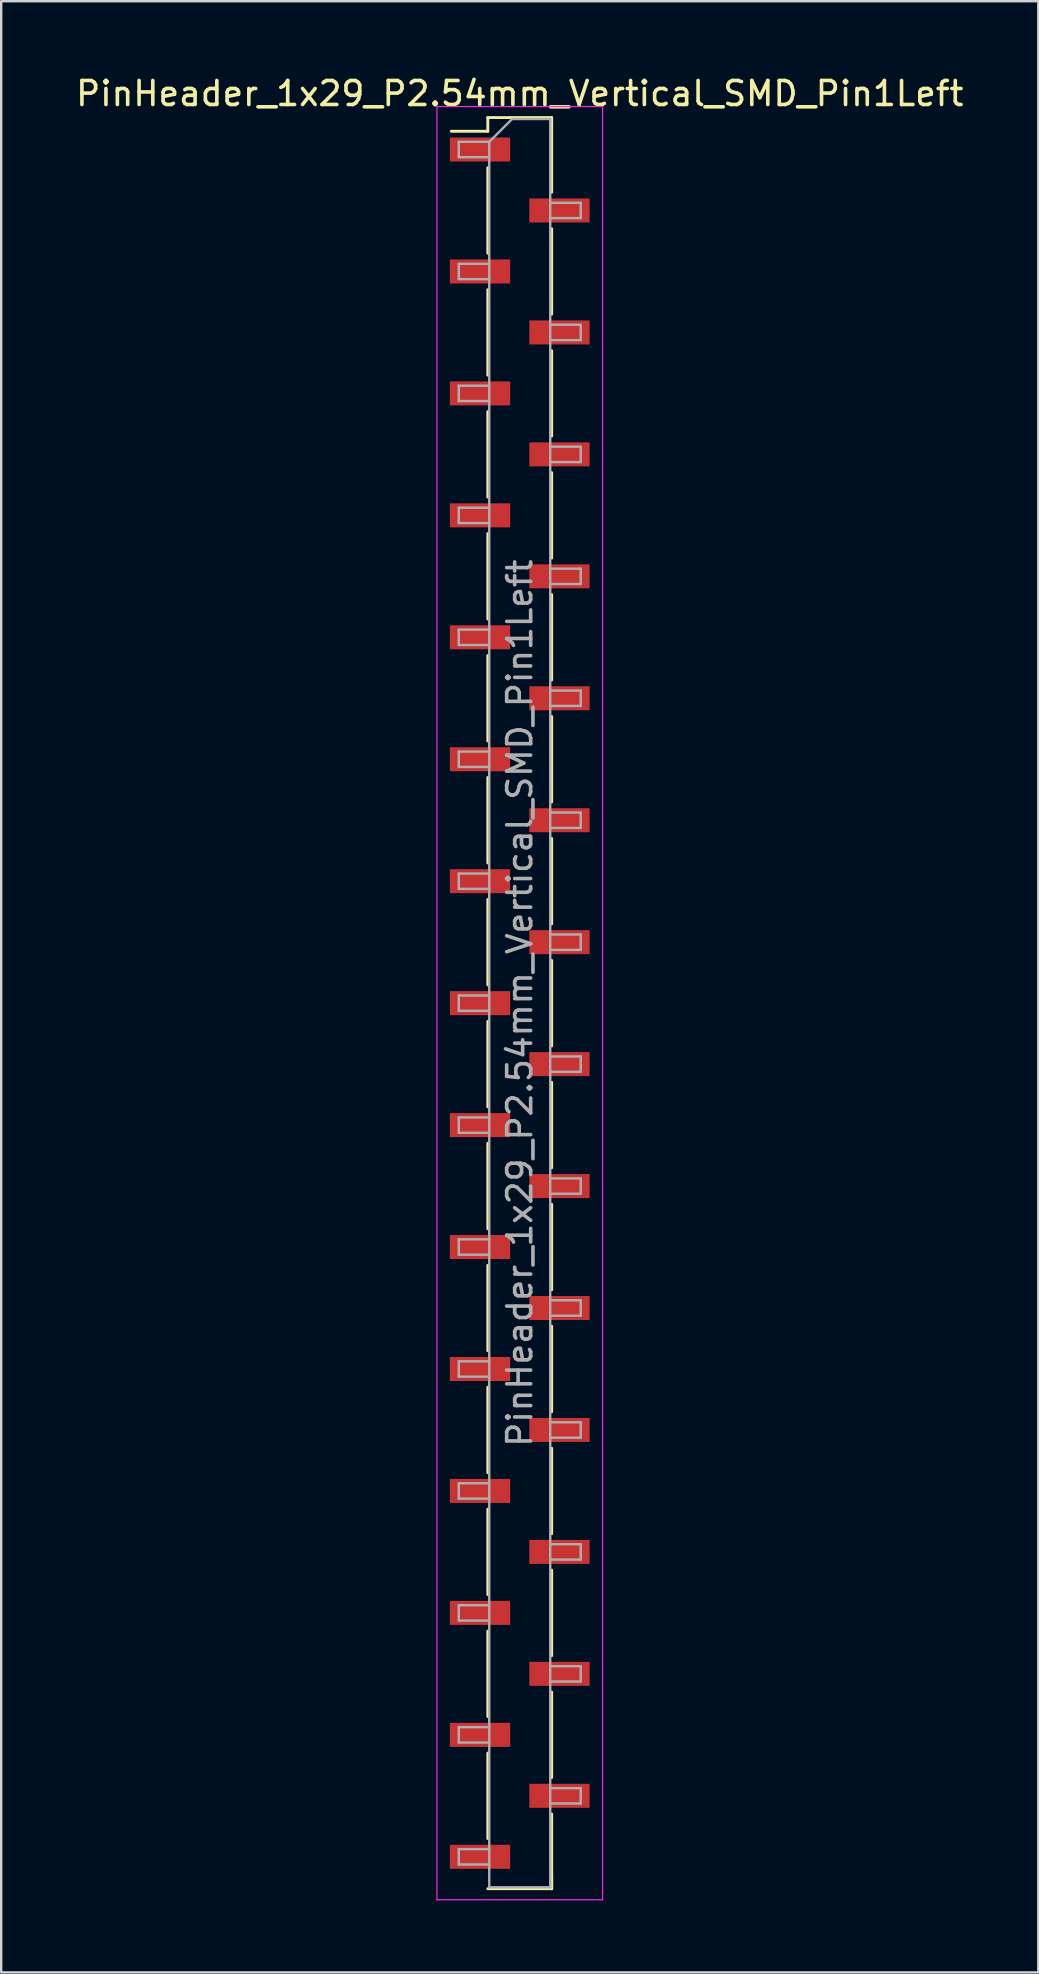
<source format=kicad_pcb>
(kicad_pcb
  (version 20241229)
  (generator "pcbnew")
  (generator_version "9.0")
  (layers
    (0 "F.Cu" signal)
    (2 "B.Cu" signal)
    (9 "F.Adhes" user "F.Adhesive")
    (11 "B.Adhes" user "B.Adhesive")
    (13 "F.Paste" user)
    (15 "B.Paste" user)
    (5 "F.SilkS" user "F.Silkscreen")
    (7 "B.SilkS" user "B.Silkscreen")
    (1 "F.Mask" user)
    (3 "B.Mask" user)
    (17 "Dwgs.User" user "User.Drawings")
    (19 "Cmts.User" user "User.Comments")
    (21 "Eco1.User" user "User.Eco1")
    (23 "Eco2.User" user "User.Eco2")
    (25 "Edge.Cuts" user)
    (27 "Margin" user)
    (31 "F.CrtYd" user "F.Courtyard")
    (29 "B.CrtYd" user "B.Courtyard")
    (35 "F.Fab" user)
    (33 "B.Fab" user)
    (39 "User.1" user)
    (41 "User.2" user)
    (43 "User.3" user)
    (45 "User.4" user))
  (footprint "PinHeader_1x29_P2.54mm_Vertical_SMD_Pin1Left"
    (layer "F.Cu")
    (at 18.601 38.738)
    (property "Reference" "PinHeader_1x29_P2.54mm_Vertical_SMD_Pin1Left" (at 0 -37.89 0) (layer "F.SilkS") (effects (font (size 1 1) (thickness 0.15))))
    (attr smd)
    (fp_line (start -1.33 -36.89) (end -1.33 -36.32) (stroke (width 0.12) (type solid)) (layer "F.SilkS"))
    (fp_line (start -1.33 -36.89) (end 1.33 -36.89) (stroke (width 0.12) (type solid)) (layer "F.SilkS"))
    (fp_line (start -1.33 -36.32) (end -2.85 -36.32) (stroke (width 0.12) (type solid)) (layer "F.SilkS"))
    (fp_line (start -1.33 -34.8) (end -1.33 -31.24) (stroke (width 0.12) (type solid)) (layer "F.SilkS"))
    (fp_line (start -1.33 -29.72) (end -1.33 -26.16) (stroke (width 0.12) (type solid)) (layer "F.SilkS"))
    (fp_line (start -1.33 -24.64) (end -1.33 -21.08) (stroke (width 0.12) (type solid)) (layer "F.SilkS"))
    (fp_line (start -1.33 -19.56) (end -1.33 -16) (stroke (width 0.12) (type solid)) (layer "F.SilkS"))
    (fp_line (start -1.33 -14.48) (end -1.33 -10.92) (stroke (width 0.12) (type solid)) (layer "F.SilkS"))
    (fp_line (start -1.33 -9.4) (end -1.33 -5.84) (stroke (width 0.12) (type solid)) (layer "F.SilkS"))
    (fp_line (start -1.33 -4.32) (end -1.33 -0.76) (stroke (width 0.12) (type solid)) (layer "F.SilkS"))
    (fp_line (start -1.33 0.76) (end -1.33 4.32) (stroke (width 0.12) (type solid)) (layer "F.SilkS"))
    (fp_line (start -1.33 5.84) (end -1.33 9.4) (stroke (width 0.12) (type solid)) (layer "F.SilkS"))
    (fp_line (start -1.33 10.92) (end -1.33 14.48) (stroke (width 0.12) (type solid)) (layer "F.SilkS"))
    (fp_line (start -1.33 16) (end -1.33 19.56) (stroke (width 0.12) (type solid)) (layer "F.SilkS"))
    (fp_line (start -1.33 21.08) (end -1.33 24.64) (stroke (width 0.12) (type solid)) (layer "F.SilkS"))
    (fp_line (start -1.33 26.16) (end -1.33 29.72) (stroke (width 0.12) (type solid)) (layer "F.SilkS"))
    (fp_line (start -1.33 31.24) (end -1.33 34.8) (stroke (width 0.12) (type solid)) (layer "F.SilkS"))
    (fp_line (start -1.33 36.89) (end 1.33 36.89) (stroke (width 0.12) (type solid)) (layer "F.SilkS"))
    (fp_line (start 1.33 -36.89) (end 1.33 -33.78) (stroke (width 0.12) (type solid)) (layer "F.SilkS"))
    (fp_line (start 1.33 -32.26) (end 1.33 -28.7) (stroke (width 0.12) (type solid)) (layer "F.SilkS"))
    (fp_line (start 1.33 -27.18) (end 1.33 -23.62) (stroke (width 0.12) (type solid)) (layer "F.SilkS"))
    (fp_line (start 1.33 -22.1) (end 1.33 -18.54) (stroke (width 0.12) (type solid)) (layer "F.SilkS"))
    (fp_line (start 1.33 -17.02) (end 1.33 -13.46) (stroke (width 0.12) (type solid)) (layer "F.SilkS"))
    (fp_line (start 1.33 -11.94) (end 1.33 -8.38) (stroke (width 0.12) (type solid)) (layer "F.SilkS"))
    (fp_line (start 1.33 -6.86) (end 1.33 -3.3) (stroke (width 0.12) (type solid)) (layer "F.SilkS"))
    (fp_line (start 1.33 -1.78) (end 1.33 1.78) (stroke (width 0.12) (type solid)) (layer "F.SilkS"))
    (fp_line (start 1.33 3.3) (end 1.33 6.86) (stroke (width 0.12) (type solid)) (layer "F.SilkS"))
    (fp_line (start 1.33 8.38) (end 1.33 11.94) (stroke (width 0.12) (type solid)) (layer "F.SilkS"))
    (fp_line (start 1.33 13.46) (end 1.33 17.02) (stroke (width 0.12) (type solid)) (layer "F.SilkS"))
    (fp_line (start 1.33 18.54) (end 1.33 22.1) (stroke (width 0.12) (type solid)) (layer "F.SilkS"))
    (fp_line (start 1.33 23.62) (end 1.33 27.18) (stroke (width 0.12) (type solid)) (layer "F.SilkS"))
    (fp_line (start 1.33 28.7) (end 1.33 32.26) (stroke (width 0.12) (type solid)) (layer "F.SilkS"))
    (fp_line (start 1.33 33.78) (end 1.33 36.89) (stroke (width 0.12) (type solid)) (layer "F.SilkS"))
    (fp_line (start 1.33 36.32) (end 1.33 36.89) (stroke (width 0.12) (type solid)) (layer "F.SilkS"))
    (fp_line (start -3.45 -37.35) (end -3.45 37.35) (stroke (width 0.05) (type solid)) (layer "F.CrtYd"))
    (fp_line (start -3.45 37.35) (end 3.45 37.35) (stroke (width 0.05) (type solid)) (layer "F.CrtYd"))
    (fp_line (start 3.45 -37.35) (end -3.45 -37.35) (stroke (width 0.05) (type solid)) (layer "F.CrtYd"))
    (fp_line (start 3.45 37.35) (end 3.45 -37.35) (stroke (width 0.05) (type solid)) (layer "F.CrtYd"))
    (fp_line (start -2.54 -35.88) (end -2.54 -35.24) (stroke (width 0.1) (type solid)) (layer "F.Fab"))
    (fp_line (start -2.54 -35.24) (end -1.27 -35.24) (stroke (width 0.1) (type solid)) (layer "F.Fab"))
    (fp_line (start -2.54 -30.8) (end -2.54 -30.16) (stroke (width 0.1) (type solid)) (layer "F.Fab"))
    (fp_line (start -2.54 -30.16) (end -1.27 -30.16) (stroke (width 0.1) (type solid)) (layer "F.Fab"))
    (fp_line (start -2.54 -25.72) (end -2.54 -25.08) (stroke (width 0.1) (type solid)) (layer "F.Fab"))
    (fp_line (start -2.54 -25.08) (end -1.27 -25.08) (stroke (width 0.1) (type solid)) (layer "F.Fab"))
    (fp_line (start -2.54 -20.64) (end -2.54 -20) (stroke (width 0.1) (type solid)) (layer "F.Fab"))
    (fp_line (start -2.54 -20) (end -1.27 -20) (stroke (width 0.1) (type solid)) (layer "F.Fab"))
    (fp_line (start -2.54 -15.56) (end -2.54 -14.92) (stroke (width 0.1) (type solid)) (layer "F.Fab"))
    (fp_line (start -2.54 -14.92) (end -1.27 -14.92) (stroke (width 0.1) (type solid)) (layer "F.Fab"))
    (fp_line (start -2.54 -10.48) (end -2.54 -9.84) (stroke (width 0.1) (type solid)) (layer "F.Fab"))
    (fp_line (start -2.54 -9.84) (end -1.27 -9.84) (stroke (width 0.1) (type solid)) (layer "F.Fab"))
    (fp_line (start -2.54 -5.4) (end -2.54 -4.76) (stroke (width 0.1) (type solid)) (layer "F.Fab"))
    (fp_line (start -2.54 -4.76) (end -1.27 -4.76) (stroke (width 0.1) (type solid)) (layer "F.Fab"))
    (fp_line (start -2.54 -0.32) (end -2.54 0.32) (stroke (width 0.1) (type solid)) (layer "F.Fab"))
    (fp_line (start -2.54 0.32) (end -1.27 0.32) (stroke (width 0.1) (type solid)) (layer "F.Fab"))
    (fp_line (start -2.54 4.76) (end -2.54 5.4) (stroke (width 0.1) (type solid)) (layer "F.Fab"))
    (fp_line (start -2.54 5.4) (end -1.27 5.4) (stroke (width 0.1) (type solid)) (layer "F.Fab"))
    (fp_line (start -2.54 9.84) (end -2.54 10.48) (stroke (width 0.1) (type solid)) (layer "F.Fab"))
    (fp_line (start -2.54 10.48) (end -1.27 10.48) (stroke (width 0.1) (type solid)) (layer "F.Fab"))
    (fp_line (start -2.54 14.92) (end -2.54 15.56) (stroke (width 0.1) (type solid)) (layer "F.Fab"))
    (fp_line (start -2.54 15.56) (end -1.27 15.56) (stroke (width 0.1) (type solid)) (layer "F.Fab"))
    (fp_line (start -2.54 20) (end -2.54 20.64) (stroke (width 0.1) (type solid)) (layer "F.Fab"))
    (fp_line (start -2.54 20.64) (end -1.27 20.64) (stroke (width 0.1) (type solid)) (layer "F.Fab"))
    (fp_line (start -2.54 25.08) (end -2.54 25.72) (stroke (width 0.1) (type solid)) (layer "F.Fab"))
    (fp_line (start -2.54 25.72) (end -1.27 25.72) (stroke (width 0.1) (type solid)) (layer "F.Fab"))
    (fp_line (start -2.54 30.16) (end -2.54 30.8) (stroke (width 0.1) (type solid)) (layer "F.Fab"))
    (fp_line (start -2.54 30.8) (end -1.27 30.8) (stroke (width 0.1) (type solid)) (layer "F.Fab"))
    (fp_line (start -2.54 35.24) (end -2.54 35.88) (stroke (width 0.1) (type solid)) (layer "F.Fab"))
    (fp_line (start -2.54 35.88) (end -1.27 35.88) (stroke (width 0.1) (type solid)) (layer "F.Fab"))
    (fp_line (start -1.27 -35.88) (end -2.54 -35.88) (stroke (width 0.1) (type solid)) (layer "F.Fab"))
    (fp_line (start -1.27 -35.88) (end -0.32 -36.83) (stroke (width 0.1) (type solid)) (layer "F.Fab"))
    (fp_line (start -1.27 -30.8) (end -2.54 -30.8) (stroke (width 0.1) (type solid)) (layer "F.Fab"))
    (fp_line (start -1.27 -25.72) (end -2.54 -25.72) (stroke (width 0.1) (type solid)) (layer "F.Fab"))
    (fp_line (start -1.27 -20.64) (end -2.54 -20.64) (stroke (width 0.1) (type solid)) (layer "F.Fab"))
    (fp_line (start -1.27 -15.56) (end -2.54 -15.56) (stroke (width 0.1) (type solid)) (layer "F.Fab"))
    (fp_line (start -1.27 -10.48) (end -2.54 -10.48) (stroke (width 0.1) (type solid)) (layer "F.Fab"))
    (fp_line (start -1.27 -5.4) (end -2.54 -5.4) (stroke (width 0.1) (type solid)) (layer "F.Fab"))
    (fp_line (start -1.27 -0.32) (end -2.54 -0.32) (stroke (width 0.1) (type solid)) (layer "F.Fab"))
    (fp_line (start -1.27 4.76) (end -2.54 4.76) (stroke (width 0.1) (type solid)) (layer "F.Fab"))
    (fp_line (start -1.27 9.84) (end -2.54 9.84) (stroke (width 0.1) (type solid)) (layer "F.Fab"))
    (fp_line (start -1.27 14.92) (end -2.54 14.92) (stroke (width 0.1) (type solid)) (layer "F.Fab"))
    (fp_line (start -1.27 20) (end -2.54 20) (stroke (width 0.1) (type solid)) (layer "F.Fab"))
    (fp_line (start -1.27 25.08) (end -2.54 25.08) (stroke (width 0.1) (type solid)) (layer "F.Fab"))
    (fp_line (start -1.27 30.16) (end -2.54 30.16) (stroke (width 0.1) (type solid)) (layer "F.Fab"))
    (fp_line (start -1.27 35.24) (end -2.54 35.24) (stroke (width 0.1) (type solid)) (layer "F.Fab"))
    (fp_line (start -1.27 36.83) (end -1.27 -35.88) (stroke (width 0.1) (type solid)) (layer "F.Fab"))
    (fp_line (start -0.32 -36.83) (end 1.27 -36.83) (stroke (width 0.1) (type solid)) (layer "F.Fab"))
    (fp_line (start 1.27 -36.83) (end 1.27 36.83) (stroke (width 0.1) (type solid)) (layer "F.Fab"))
    (fp_line (start 1.27 -33.34) (end 2.54 -33.34) (stroke (width 0.1) (type solid)) (layer "F.Fab"))
    (fp_line (start 1.27 -28.26) (end 2.54 -28.26) (stroke (width 0.1) (type solid)) (layer "F.Fab"))
    (fp_line (start 1.27 -23.18) (end 2.54 -23.18) (stroke (width 0.1) (type solid)) (layer "F.Fab"))
    (fp_line (start 1.27 -18.1) (end 2.54 -18.1) (stroke (width 0.1) (type solid)) (layer "F.Fab"))
    (fp_line (start 1.27 -13.02) (end 2.54 -13.02) (stroke (width 0.1) (type solid)) (layer "F.Fab"))
    (fp_line (start 1.27 -7.94) (end 2.54 -7.94) (stroke (width 0.1) (type solid)) (layer "F.Fab"))
    (fp_line (start 1.27 -2.86) (end 2.54 -2.86) (stroke (width 0.1) (type solid)) (layer "F.Fab"))
    (fp_line (start 1.27 2.22) (end 2.54 2.22) (stroke (width 0.1) (type solid)) (layer "F.Fab"))
    (fp_line (start 1.27 7.3) (end 2.54 7.3) (stroke (width 0.1) (type solid)) (layer "F.Fab"))
    (fp_line (start 1.27 12.38) (end 2.54 12.38) (stroke (width 0.1) (type solid)) (layer "F.Fab"))
    (fp_line (start 1.27 17.46) (end 2.54 17.46) (stroke (width 0.1) (type solid)) (layer "F.Fab"))
    (fp_line (start 1.27 22.54) (end 2.54 22.54) (stroke (width 0.1) (type solid)) (layer "F.Fab"))
    (fp_line (start 1.27 27.62) (end 2.54 27.62) (stroke (width 0.1) (type solid)) (layer "F.Fab"))
    (fp_line (start 1.27 32.7) (end 2.54 32.7) (stroke (width 0.1) (type solid)) (layer "F.Fab"))
    (fp_line (start 1.27 36.83) (end -1.27 36.83) (stroke (width 0.1) (type solid)) (layer "F.Fab"))
    (fp_line (start 2.54 -33.34) (end 2.54 -32.7) (stroke (width 0.1) (type solid)) (layer "F.Fab"))
    (fp_line (start 2.54 -32.7) (end 1.27 -32.7) (stroke (width 0.1) (type solid)) (layer "F.Fab"))
    (fp_line (start 2.54 -28.26) (end 2.54 -27.62) (stroke (width 0.1) (type solid)) (layer "F.Fab"))
    (fp_line (start 2.54 -27.62) (end 1.27 -27.62) (stroke (width 0.1) (type solid)) (layer "F.Fab"))
    (fp_line (start 2.54 -23.18) (end 2.54 -22.54) (stroke (width 0.1) (type solid)) (layer "F.Fab"))
    (fp_line (start 2.54 -22.54) (end 1.27 -22.54) (stroke (width 0.1) (type solid)) (layer "F.Fab"))
    (fp_line (start 2.54 -18.1) (end 2.54 -17.46) (stroke (width 0.1) (type solid)) (layer "F.Fab"))
    (fp_line (start 2.54 -17.46) (end 1.27 -17.46) (stroke (width 0.1) (type solid)) (layer "F.Fab"))
    (fp_line (start 2.54 -13.02) (end 2.54 -12.38) (stroke (width 0.1) (type solid)) (layer "F.Fab"))
    (fp_line (start 2.54 -12.38) (end 1.27 -12.38) (stroke (width 0.1) (type solid)) (layer "F.Fab"))
    (fp_line (start 2.54 -7.94) (end 2.54 -7.3) (stroke (width 0.1) (type solid)) (layer "F.Fab"))
    (fp_line (start 2.54 -7.3) (end 1.27 -7.3) (stroke (width 0.1) (type solid)) (layer "F.Fab"))
    (fp_line (start 2.54 -2.86) (end 2.54 -2.22) (stroke (width 0.1) (type solid)) (layer "F.Fab"))
    (fp_line (start 2.54 -2.22) (end 1.27 -2.22) (stroke (width 0.1) (type solid)) (layer "F.Fab"))
    (fp_line (start 2.54 2.22) (end 2.54 2.86) (stroke (width 0.1) (type solid)) (layer "F.Fab"))
    (fp_line (start 2.54 2.86) (end 1.27 2.86) (stroke (width 0.1) (type solid)) (layer "F.Fab"))
    (fp_line (start 2.54 7.3) (end 2.54 7.94) (stroke (width 0.1) (type solid)) (layer "F.Fab"))
    (fp_line (start 2.54 7.94) (end 1.27 7.94) (stroke (width 0.1) (type solid)) (layer "F.Fab"))
    (fp_line (start 2.54 12.38) (end 2.54 13.02) (stroke (width 0.1) (type solid)) (layer "F.Fab"))
    (fp_line (start 2.54 13.02) (end 1.27 13.02) (stroke (width 0.1) (type solid)) (layer "F.Fab"))
    (fp_line (start 2.54 17.46) (end 2.54 18.1) (stroke (width 0.1) (type solid)) (layer "F.Fab"))
    (fp_line (start 2.54 18.1) (end 1.27 18.1) (stroke (width 0.1) (type solid)) (layer "F.Fab"))
    (fp_line (start 2.54 22.54) (end 2.54 23.18) (stroke (width 0.1) (type solid)) (layer "F.Fab"))
    (fp_line (start 2.54 23.18) (end 1.27 23.18) (stroke (width 0.1) (type solid)) (layer "F.Fab"))
    (fp_line (start 2.54 27.62) (end 2.54 28.26) (stroke (width 0.1) (type solid)) (layer "F.Fab"))
    (fp_line (start 2.54 28.26) (end 1.27 28.26) (stroke (width 0.1) (type solid)) (layer "F.Fab"))
    (fp_line (start 2.54 32.7) (end 2.54 33.34) (stroke (width 0.1) (type solid)) (layer "F.Fab"))
    (fp_line (start 2.54 33.34) (end 1.27 33.34) (stroke (width 0.1) (type solid)) (layer "F.Fab"))
    (fp_text user "${REFERENCE}" (at 0 0 90) (layer "F.Fab") (effects (font (size 1 1) (thickness 0.15))))
    (pad "1" smd rect (at -1.655 -35.56) (size 2.51 1) (layers "F.Cu" "F.Mask" "F.Paste"))
    (pad "2" smd rect (at 1.655 -33.02) (size 2.51 1) (layers "F.Cu" "F.Mask" "F.Paste"))
    (pad "3" smd rect (at -1.655 -30.48) (size 2.51 1) (layers "F.Cu" "F.Mask" "F.Paste"))
    (pad "4" smd rect (at 1.655 -27.94) (size 2.51 1) (layers "F.Cu" "F.Mask" "F.Paste"))
    (pad "5" smd rect (at -1.655 -25.4) (size 2.51 1) (layers "F.Cu" "F.Mask" "F.Paste"))
    (pad "6" smd rect (at 1.655 -22.86) (size 2.51 1) (layers "F.Cu" "F.Mask" "F.Paste"))
    (pad "7" smd rect (at -1.655 -20.32) (size 2.51 1) (layers "F.Cu" "F.Mask" "F.Paste"))
    (pad "8" smd rect (at 1.655 -17.78) (size 2.51 1) (layers "F.Cu" "F.Mask" "F.Paste"))
    (pad "9" smd rect (at -1.655 -15.24) (size 2.51 1) (layers "F.Cu" "F.Mask" "F.Paste"))
    (pad "10" smd rect (at 1.655 -12.7) (size 2.51 1) (layers "F.Cu" "F.Mask" "F.Paste"))
    (pad "11" smd rect (at -1.655 -10.16) (size 2.51 1) (layers "F.Cu" "F.Mask" "F.Paste"))
    (pad "12" smd rect (at 1.655 -7.62) (size 2.51 1) (layers "F.Cu" "F.Mask" "F.Paste"))
    (pad "13" smd rect (at -1.655 -5.08) (size 2.51 1) (layers "F.Cu" "F.Mask" "F.Paste"))
    (pad "14" smd rect (at 1.655 -2.54) (size 2.51 1) (layers "F.Cu" "F.Mask" "F.Paste"))
    (pad "15" smd rect (at -1.655 0) (size 2.51 1) (layers "F.Cu" "F.Mask" "F.Paste"))
    (pad "16" smd rect (at 1.655 2.54) (size 2.51 1) (layers "F.Cu" "F.Mask" "F.Paste"))
    (pad "17" smd rect (at -1.655 5.08) (size 2.51 1) (layers "F.Cu" "F.Mask" "F.Paste"))
    (pad "18" smd rect (at 1.655 7.62) (size 2.51 1) (layers "F.Cu" "F.Mask" "F.Paste"))
    (pad "19" smd rect (at -1.655 10.16) (size 2.51 1) (layers "F.Cu" "F.Mask" "F.Paste"))
    (pad "20" smd rect (at 1.655 12.7) (size 2.51 1) (layers "F.Cu" "F.Mask" "F.Paste"))
    (pad "21" smd rect (at -1.655 15.24) (size 2.51 1) (layers "F.Cu" "F.Mask" "F.Paste"))
    (pad "22" smd rect (at 1.655 17.78) (size 2.51 1) (layers "F.Cu" "F.Mask" "F.Paste"))
    (pad "23" smd rect (at -1.655 20.32) (size 2.51 1) (layers "F.Cu" "F.Mask" "F.Paste"))
    (pad "24" smd rect (at 1.655 22.86) (size 2.51 1) (layers "F.Cu" "F.Mask" "F.Paste"))
    (pad "25" smd rect (at -1.655 25.4) (size 2.51 1) (layers "F.Cu" "F.Mask" "F.Paste"))
    (pad "26" smd rect (at 1.655 27.94) (size 2.51 1) (layers "F.Cu" "F.Mask" "F.Paste"))
    (pad "27" smd rect (at -1.655 30.48) (size 2.51 1) (layers "F.Cu" "F.Mask" "F.Paste"))
    (pad "28" smd rect (at 1.655 33.02) (size 2.51 1) (layers "F.Cu" "F.Mask" "F.Paste"))
    (pad "29" smd rect (at -1.655 35.56) (size 2.51 1) (layers "F.Cu" "F.Mask" "F.Paste")))
  (gr_rect
    (start -3 -3)
    (end 40.202 79.113)
    (stroke (width 0.1) (type default))
    (fill no)
    (layer "Edge.Cuts")))
</source>
